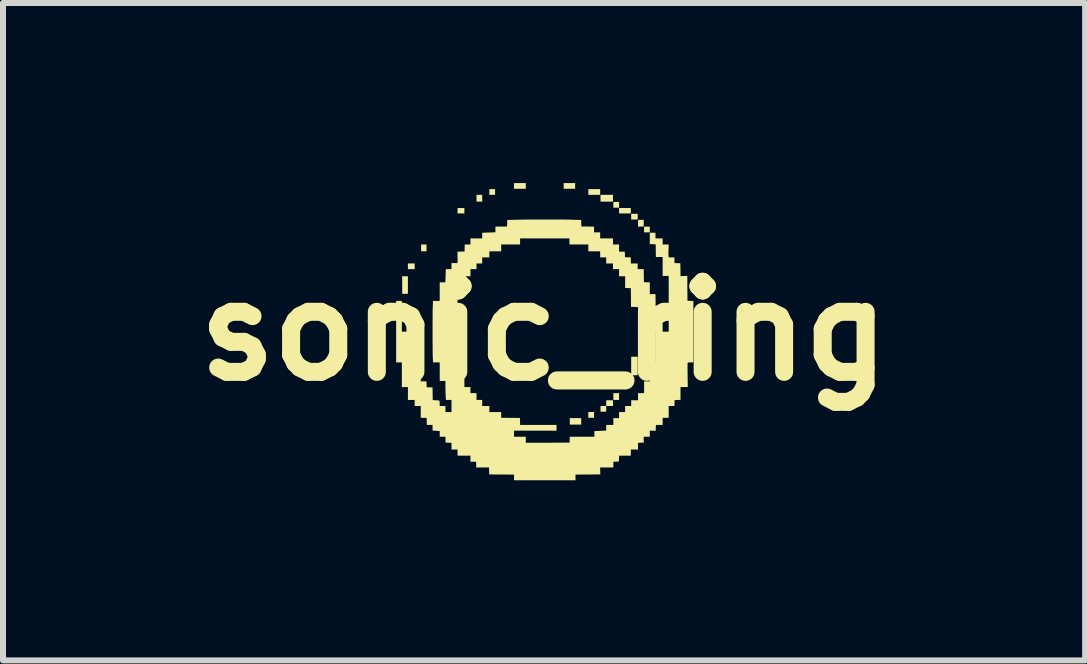
<source format=kicad_pcb>
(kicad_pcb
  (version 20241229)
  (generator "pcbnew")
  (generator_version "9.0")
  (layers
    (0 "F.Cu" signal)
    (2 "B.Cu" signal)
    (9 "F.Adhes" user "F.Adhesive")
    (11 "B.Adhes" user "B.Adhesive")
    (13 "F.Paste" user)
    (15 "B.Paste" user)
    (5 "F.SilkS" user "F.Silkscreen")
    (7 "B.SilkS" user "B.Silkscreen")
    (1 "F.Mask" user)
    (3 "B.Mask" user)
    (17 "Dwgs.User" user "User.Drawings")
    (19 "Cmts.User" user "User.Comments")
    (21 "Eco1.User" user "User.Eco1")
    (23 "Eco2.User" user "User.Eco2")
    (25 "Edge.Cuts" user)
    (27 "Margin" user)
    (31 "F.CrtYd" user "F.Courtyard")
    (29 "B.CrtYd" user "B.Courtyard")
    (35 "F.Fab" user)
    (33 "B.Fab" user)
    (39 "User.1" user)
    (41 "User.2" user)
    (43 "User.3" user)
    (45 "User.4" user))
  (footprint "sonic_ring"
    (layer "F.Cu")
    (at 6.014 2.467)
    (property "Reference" "sonic_ring" (at 0 0 0) (layer "F.SilkS") (effects (font (size 1.5 1.5) (thickness 0.3))))
    (attr board_only exclude_from_pos_files exclude_from_bom)
    (fp_poly (pts (xy -2.268 -0.768) (xy -2.268 -0.622) (xy -2.316 -0.622) (xy -2.363 -0.622) (xy -2.363 -0.768) (xy -2.363 -0.914) (xy -2.316 -0.914) (xy -2.268 -0.914)) (stroke (width 0) (type solid)) (fill yes) (layer "F.SilkS"))
    (fp_poly (pts (xy -2.155 -1.08) (xy -2.155 -1.033) (xy -2.211 -1.033) (xy -2.268 -1.033) (xy -2.268 -1.08) (xy -2.268 -1.128) (xy -2.211 -1.128) (xy -2.155 -1.128)) (stroke (width 0) (type solid)) (fill yes) (layer "F.SilkS"))
    (fp_poly (pts (xy -1.958 -1.387) (xy -1.958 -1.33) (xy -2.003 -1.33) (xy -2.048 -1.33) (xy -2.048 -1.387) (xy -2.048 -1.444) (xy -2.003 -1.444) (xy -1.958 -1.444)) (stroke (width 0) (type solid)) (fill yes) (layer "F.SilkS"))
    (fp_poly (pts (xy -1.327 -2.006) (xy -1.327 -1.961) (xy -1.384 -1.961) (xy -1.441 -1.961) (xy -1.441 -2.006) (xy -1.441 -2.051) (xy -1.384 -2.051) (xy -1.327 -2.051)) (stroke (width 0) (type solid)) (fill yes) (layer "F.SilkS"))
    (fp_poly (pts (xy -1.03 -2.214) (xy -1.03 -2.158) (xy -1.077 -2.158) (xy -1.125 -2.158) (xy -1.125 -2.214) (xy -1.125 -2.271) (xy -1.077 -2.271) (xy -1.03 -2.271)) (stroke (width 0) (type solid)) (fill yes) (layer "F.SilkS"))
    (fp_poly (pts (xy -0.816 -2.319) (xy -0.816 -2.271) (xy -0.863 -2.271) (xy -0.911 -2.271) (xy -0.911 -2.319) (xy -0.911 -2.366) (xy -0.863 -2.366) (xy -0.816 -2.366)) (stroke (width 0) (type solid)) (fill yes) (layer "F.SilkS"))
    (fp_poly (pts (xy -0.304 -2.42) (xy -0.304 -2.372) (xy -0.402 -2.372) (xy -0.5 -2.372) (xy -0.5 -2.42) (xy -0.5 -2.467) (xy -0.402 -2.467) (xy -0.304 -2.467)) (stroke (width 0) (type solid)) (fill yes) (layer "F.SilkS"))
    (fp_poly (pts (xy 0.518 -2.42) (xy 0.518 -2.372) (xy 0.423 -2.372) (xy 0.327 -2.372) (xy 0.327 -2.42) (xy 0.327 -2.467) (xy 0.423 -2.467) (xy 0.518 -2.467)) (stroke (width 0) (type solid)) (fill yes) (layer "F.SilkS"))
    (fp_poly (pts (xy 0.619 1.503) (xy 0.619 1.557) (xy 0.524 1.557) (xy 0.429 1.557) (xy 0.429 1.503) (xy 0.429 1.449) (xy 0.524 1.449) (xy 0.619 1.449)) (stroke (width 0) (type solid)) (fill yes) (layer "F.SilkS"))
    (fp_poly (pts (xy 0.833 1.396) (xy 0.833 1.444) (xy 0.786 1.444) (xy 0.738 1.444) (xy 0.738 1.396) (xy 0.738 1.348) (xy 0.786 1.348) (xy 0.833 1.348)) (stroke (width 0) (type solid)) (fill yes) (layer "F.SilkS"))
    (fp_poly (pts (xy 0.935 -2.319) (xy 0.935 -2.271) (xy 0.836 -2.271) (xy 0.738 -2.271) (xy 0.738 -2.319) (xy 0.738 -2.366) (xy 0.836 -2.366) (xy 0.935 -2.366)) (stroke (width 0) (type solid)) (fill yes) (layer "F.SilkS"))
    (fp_poly (pts (xy 1.149 -2.214) (xy 1.149 -2.158) (xy 1.045 -2.158) (xy 0.941 -2.158) (xy 0.941 -2.214) (xy 0.941 -2.271) (xy 1.045 -2.271) (xy 1.149 -2.271)) (stroke (width 0) (type solid)) (fill yes) (layer "F.SilkS"))
    (fp_poly (pts (xy 1.25 -2.104) (xy 1.25 -2.057) (xy 1.202 -2.057) (xy 1.155 -2.057) (xy 1.155 -2.104) (xy 1.155 -2.152) (xy 1.202 -2.152) (xy 1.25 -2.152)) (stroke (width 0) (type solid)) (fill yes) (layer "F.SilkS"))
    (fp_poly (pts (xy 1.25 1.089) (xy 1.25 1.146) (xy 1.202 1.146) (xy 1.155 1.146) (xy 1.155 1.089) (xy 1.155 1.033) (xy 1.202 1.033) (xy 1.25 1.033)) (stroke (width 0) (type solid)) (fill yes) (layer "F.SilkS"))
    (fp_poly (pts (xy 1.446 -2.006) (xy 1.446 -1.961) (xy 1.348 -1.961) (xy 1.25 -1.961) (xy 1.25 -2.006) (xy 1.25 -2.051) (xy 1.348 -2.051) (xy 1.446 -2.051)) (stroke (width 0) (type solid)) (fill yes) (layer "F.SilkS"))
    (fp_poly (pts (xy 1.446 0.783) (xy 1.446 0.83) (xy 1.399 0.83) (xy 1.351 0.83) (xy 1.351 0.783) (xy 1.351 0.735) (xy 1.399 0.735) (xy 1.446 0.735)) (stroke (width 0) (type solid)) (fill yes) (layer "F.SilkS"))
    (fp_poly (pts (xy 1.56 -1.908) (xy 1.56 -1.86) (xy 1.506 -1.86) (xy 1.452 -1.86) (xy 1.452 -1.908) (xy 1.452 -1.955) (xy 1.506 -1.955) (xy 1.56 -1.955)) (stroke (width 0) (type solid)) (fill yes) (layer "F.SilkS"))
    (fp_poly (pts (xy 1.56 0.58) (xy 1.56 0.735) (xy 1.506 0.735) (xy 1.452 0.735) (xy 1.452 0.58) (xy 1.452 0.426) (xy 1.506 0.426) (xy 1.56 0.426)) (stroke (width 0) (type solid)) (fill yes) (layer "F.SilkS"))
    (fp_poly (pts (xy 1.661 -1.799) (xy 1.661 -1.744) (xy 1.613 -1.742) (xy 1.566 -1.74) (xy 1.566 -1.797) (xy 1.566 -1.854) (xy 1.613 -1.854) (xy 1.661 -1.854)) (stroke (width 0) (type solid)) (fill yes) (layer "F.SilkS"))
    (fp_poly (pts (xy 1.762 -1.694) (xy 1.762 -1.646) (xy 1.714 -1.646) (xy 1.667 -1.646) (xy 1.667 -1.694) (xy 1.667 -1.741) (xy 1.714 -1.741) (xy 1.762 -1.741)) (stroke (width 0) (type solid)) (fill yes) (layer "F.SilkS"))
    (fp_poly (pts (xy 1.149 1.199) (xy 1.149 1.247) (xy 1.092 1.247) (xy 1.036 1.247) (xy 1.036 1.295) (xy 1.036 1.342) (xy 0.988 1.342) (xy 0.941 1.342) (xy 0.941 1.295) (xy 0.941 1.247) (xy 0.988 1.247) (xy 1.036 1.247) (xy 1.036 1.199) (xy 1.036 1.152) (xy 1.092 1.152) (xy 1.149 1.152)) (stroke (width 0) (type solid)) (fill yes) (layer "F.SilkS"))
    (fp_poly (pts (xy 0.118 -1.86) (xy 0.197 -1.86) (xy 0.272 -1.859) (xy 0.341 -1.859) (xy 0.402 -1.858) (xy 0.454 -1.857) (xy 0.475 -1.856) (xy 0.619 -1.852) (xy 0.62 -1.798) (xy 0.622 -1.744) (xy 0.728 -1.743) (xy 0.833 -1.741) (xy 0.833 -1.693) (xy 0.833 -1.646) (xy 0.884 -1.646) (xy 0.935 -1.646) (xy 0.935 -1.595) (xy 0.935 -1.545) (xy 1.042 -1.545) (xy 1.149 -1.545) (xy 1.149 -1.494) (xy 1.149 -1.444) (xy 1.199 -1.444) (xy 1.25 -1.444) (xy 1.25 -1.384) (xy 1.25 -1.324) (xy 1.297 -1.324) (xy 1.345 -1.324) (xy 1.347 -1.278) (xy 1.348 -1.232) (xy 1.397 -1.23) (xy 1.446 -1.229) (xy 1.446 -1.178) (xy 1.446 -1.128) (xy 1.503 -1.128) (xy 1.56 -1.128) (xy 1.56 -1.08) (xy 1.56 -1.033) (xy 1.61 -1.033) (xy 1.661 -1.033) (xy 1.662 -0.924) (xy 1.664 -0.816) (xy 1.713 -0.814) (xy 1.762 -0.812) (xy 1.762 -0.714) (xy 1.762 -0.616) (xy 1.81 -0.616) (xy 1.857 -0.616) (xy 1.859 -0.46) (xy 1.86 -0.304) (xy 1.918 -0.302) (xy 1.976 -0.3) (xy 1.976 -0.146) (xy 1.976 0.009) (xy 2.027 0.009) (xy 2.077 0.009) (xy 2.077 -0.455) (xy 2.077 -0.92) (xy 2.027 -0.92) (xy 1.976 -0.92) (xy 1.976 -1.077) (xy 1.976 -1.235) (xy 1.92 -1.235) (xy 1.863 -1.235) (xy 1.862 -1.341) (xy 1.86 -1.446) (xy 1.811 -1.448) (xy 1.762 -1.45) (xy 1.762 -1.545) (xy 1.762 -1.64) (xy 1.81 -1.64) (xy 1.857 -1.64) (xy 1.857 -1.592) (xy 1.857 -1.545) (xy 1.917 -1.545) (xy 1.976 -1.545) (xy 1.976 -1.494) (xy 1.976 -1.444) (xy 2.027 -1.444) (xy 2.078 -1.444) (xy 2.074 -1.358) (xy 2.073 -1.325) (xy 2.072 -1.295) (xy 2.073 -1.27) (xy 2.074 -1.254) (xy 2.074 -1.251) (xy 2.078 -1.229) (xy 2.125 -1.229) (xy 2.173 -1.229) (xy 2.173 -1.182) (xy 2.173 -1.134) (xy 2.222 -1.133) (xy 2.271 -1.131) (xy 2.273 -1.024) (xy 2.274 -0.916) (xy 2.331 -0.919) (xy 2.387 -0.921) (xy 2.388 -0.714) (xy 2.39 -0.506) (xy 2.439 -0.504) (xy 2.488 -0.503) (xy 2.488 0.009) (xy 2.488 0.521) (xy 2.441 0.521) (xy 2.417 0.521) (xy 2.402 0.523) (xy 2.395 0.526) (xy 2.392 0.531) (xy 2.392 0.531) (xy 2.391 0.54) (xy 2.391 0.558) (xy 2.391 0.586) (xy 2.391 0.621) (xy 2.391 0.662) (xy 2.392 0.707) (xy 2.392 0.737) (xy 2.395 0.932) (xy 2.334 0.932) (xy 2.274 0.932) (xy 2.274 1.038) (xy 2.274 1.145) (xy 2.225 1.147) (xy 2.176 1.149) (xy 2.174 1.198) (xy 2.172 1.247) (xy 2.125 1.247) (xy 2.077 1.247) (xy 2.077 1.345) (xy 2.077 1.444) (xy 2.027 1.444) (xy 1.976 1.444) (xy 1.976 1.503) (xy 1.976 1.563) (xy 1.92 1.563) (xy 1.864 1.563) (xy 1.862 1.612) (xy 1.86 1.661) (xy 1.811 1.659) (xy 1.762 1.657) (xy 1.762 1.708) (xy 1.762 1.759) (xy 1.711 1.759) (xy 1.66 1.759) (xy 1.661 1.808) (xy 1.663 1.857) (xy 1.614 1.859) (xy 1.566 1.861) (xy 1.566 1.917) (xy 1.566 1.973) (xy 1.506 1.973) (xy 1.446 1.973) (xy 1.446 2.024) (xy 1.446 2.075) (xy 1.349 2.075) (xy 1.251 2.075) (xy 1.249 2.124) (xy 1.247 2.173) (xy 1.201 2.174) (xy 1.155 2.176) (xy 1.155 2.224) (xy 1.155 2.271) (xy 1.044 2.271) (xy 0.934 2.271) (xy 0.936 2.329) (xy 0.938 2.387) (xy 0.731 2.389) (xy 0.524 2.39) (xy 0.524 2.438) (xy 0.524 2.485) (xy 0.012 2.485) (xy -0.5 2.485) (xy -0.5 2.438) (xy -0.5 2.39) (xy -0.707 2.389) (xy -0.914 2.387) (xy -0.915 2.329) (xy -0.917 2.271) (xy -1.024 2.271) (xy -1.131 2.271) (xy -1.131 2.223) (xy -1.131 2.176) (xy -1.179 2.176) (xy -1.226 2.176) (xy -1.226 2.125) (xy -1.226 2.075) (xy -1.333 2.075) (xy -1.441 2.075) (xy -1.441 2.024) (xy -1.441 1.973) (xy -1.491 1.973) (xy -1.542 1.973) (xy -1.542 1.917) (xy -1.542 1.861) (xy -1.591 1.859) (xy -1.64 1.857) (xy -1.642 1.808) (xy -1.643 1.759) (xy -1.691 1.759) (xy -1.738 1.759) (xy -1.738 1.712) (xy -1.738 1.665) (xy -1.775 1.662) (xy -1.799 1.66) (xy -1.822 1.658) (xy -1.834 1.658) (xy -1.857 1.658) (xy -1.857 1.61) (xy -1.857 1.563) (xy -1.905 1.563) (xy -1.952 1.563) (xy -1.954 1.505) (xy -1.955 1.446) (xy -2.005 1.445) (xy -2.054 1.443) (xy -2.054 1.345) (xy -2.054 1.247) (xy -2.104 1.247) (xy -2.155 1.247) (xy -2.155 1.196) (xy -2.155 1.146) (xy -2.211 1.146) (xy -2.268 1.146) (xy -2.268 1.039) (xy -2.268 0.932) (xy -2.319 0.932) (xy -2.369 0.932) (xy -2.369 0.726) (xy -2.369 0.521) (xy -2.417 0.521) (xy -2.464 0.521) (xy -2.464 0.009) (xy -2.464 -0.503) (xy -2.417 -0.503) (xy -2.369 -0.503) (xy -2.369 -0.247) (xy -2.369 0.009) (xy -2.319 0.009) (xy -2.268 0.009) (xy -2.268 0.167) (xy -2.268 0.324) (xy -2.211 0.324) (xy -2.155 0.324) (xy -2.155 0.473) (xy -2.155 0.622) (xy -2.104 0.622) (xy -2.054 0.622) (xy -2.054 0.729) (xy -2.054 0.836) (xy -2.006 0.836) (xy -1.959 0.836) (xy -1.957 0.885) (xy -1.955 0.935) (xy -1.906 0.936) (xy -1.858 0.938) (xy -1.856 1.043) (xy -1.854 1.149) (xy -1.798 1.152) (xy -1.772 1.153) (xy -1.755 1.155) (xy -1.745 1.159) (xy -1.741 1.168) (xy -1.739 1.185) (xy -1.739 1.211) (xy -1.739 1.216) (xy -1.738 1.247) (xy -1.691 1.247) (xy -1.643 1.247) (xy -1.643 1.298) (xy -1.643 1.348) (xy -1.592 1.348) (xy -1.542 1.348) (xy -1.542 1.247) (xy -1.542 1.146) (xy -1.588 1.146) (xy -1.635 1.146) (xy -1.639 1.061) (xy -1.641 1.022) (xy -1.642 0.979) (xy -1.643 0.937) (xy -1.643 0.903) (xy -1.643 0.83) (xy -1.691 0.83) (xy -1.738 0.83) (xy -1.738 0.676) (xy -1.738 0.521) (xy -1.794 0.521) (xy -1.849 0.521) (xy -1.853 0.445) (xy -1.854 0.422) (xy -1.855 0.388) (xy -1.855 0.346) (xy -1.856 0.295) (xy -1.856 0.239) (xy -1.857 0.177) (xy -1.857 0.112) (xy -1.857 0.044) (xy -1.857 -0.024) (xy -1.857 -0.091) (xy -1.857 -0.156) (xy -1.856 -0.218) (xy -1.856 -0.275) (xy -1.856 -0.326) (xy -1.855 -0.369) (xy -1.854 -0.402) (xy -1.542 -0.402) (xy -1.542 0.009) (xy -1.542 0.42) (xy -1.491 0.42) (xy -1.441 0.42) (xy -1.441 0.577) (xy -1.441 0.735) (xy -1.384 0.735) (xy -1.327 0.735) (xy -1.327 0.833) (xy -1.327 0.932) (xy -1.277 0.932) (xy -1.226 0.932) (xy -1.226 0.982) (xy -1.226 1.033) (xy -1.176 1.033) (xy -1.125 1.033) (xy -1.125 1.089) (xy -1.125 1.146) (xy -1.077 1.146) (xy -1.03 1.146) (xy -1.03 1.196) (xy -1.03 1.247) (xy -0.97 1.247) (xy -0.911 1.247) (xy -0.911 1.298) (xy -0.911 1.348) (xy -0.813 1.348) (xy -0.714 1.348) (xy -0.714 1.396) (xy -0.714 1.443) (xy -0.558 1.445) (xy -0.402 1.446) (xy -0.4 1.505) (xy -0.398 1.563) (xy -0.095 1.563) (xy 0.208 1.563) (xy 0.208 1.61) (xy 0.208 1.658) (xy -0.146 1.658) (xy -0.5 1.658) (xy -0.5 1.708) (xy -0.5 1.759) (xy -0.402 1.759) (xy -0.304 1.759) (xy -0.304 1.81) (xy -0.304 1.86) (xy 0.061 1.859) (xy 0.426 1.857) (xy 0.427 1.808) (xy 0.429 1.759) (xy 0.634 1.759) (xy 0.839 1.759) (xy 0.839 1.712) (xy 0.839 1.665) (xy 0.938 1.661) (xy 1.036 1.656) (xy 1.036 1.609) (xy 1.036 1.563) (xy 1.095 1.563) (xy 1.155 1.563) (xy 1.155 1.506) (xy 1.155 1.449) (xy 1.202 1.449) (xy 1.25 1.449) (xy 1.25 1.399) (xy 1.25 1.348) (xy 1.301 1.348) (xy 1.351 1.348) (xy 1.351 1.298) (xy 1.351 1.247) (xy 1.402 1.247) (xy 1.452 1.247) (xy 1.452 1.199) (xy 1.452 1.152) (xy 1.509 1.152) (xy 1.566 1.152) (xy 1.566 1.092) (xy 1.566 1.033) (xy 1.616 1.033) (xy 1.667 1.033) (xy 1.667 0.935) (xy 1.667 0.836) (xy 1.714 0.836) (xy 1.762 0.836) (xy 1.762 0.679) (xy 1.762 0.521) (xy 1.813 0.521) (xy 1.863 0.521) (xy 1.863 0.214) (xy 1.863 -0.092) (xy 1.813 -0.092) (xy 1.762 -0.092) (xy 1.762 0.006) (xy 1.762 0.104) (xy 1.713 0.105) (xy 1.664 0.107) (xy 1.662 0.263) (xy 1.661 0.42) (xy 1.613 0.42) (xy 1.566 0.42) (xy 1.566 0.009) (xy 1.566 -0.401) (xy 1.508 -0.403) (xy 1.449 -0.405) (xy 1.448 -0.561) (xy 1.446 -0.717) (xy 1.399 -0.717) (xy 1.373 -0.718) (xy 1.357 -0.72) (xy 1.351 -0.724) (xy 1.351 -0.725) (xy 1.351 -0.733) (xy 1.351 -0.751) (xy 1.351 -0.776) (xy 1.351 -0.807) (xy 1.351 -0.823) (xy 1.352 -0.914) (xy 1.301 -0.914) (xy 1.25 -0.914) (xy 1.25 -0.973) (xy 1.25 -1.033) (xy 1.199 -1.033) (xy 1.149 -1.033) (xy 1.149 -1.08) (xy 1.149 -1.128) (xy 1.092 -1.128) (xy 1.036 -1.128) (xy 1.036 -1.179) (xy 1.036 -1.229) (xy 0.985 -1.229) (xy 0.935 -1.229) (xy 0.935 -1.28) (xy 0.935 -1.33) (xy 0.836 -1.33) (xy 0.738 -1.33) (xy 0.738 -1.387) (xy 0.738 -1.444) (xy 0.58 -1.444) (xy 0.423 -1.444) (xy 0.423 -1.494) (xy 0.423 -1.545) (xy 0.012 -1.545) (xy -0.399 -1.545) (xy -0.399 -1.494) (xy -0.399 -1.444) (xy -0.557 -1.444) (xy -0.714 -1.444) (xy -0.714 -1.387) (xy -0.714 -1.33) (xy -0.813 -1.33) (xy -0.911 -1.33) (xy -0.911 -1.28) (xy -0.911 -1.229) (xy -0.97 -1.229) (xy -1.03 -1.229) (xy -1.03 -1.179) (xy -1.03 -1.128) (xy -1.077 -1.128) (xy -1.125 -1.128) (xy -1.125 -1.08) (xy -1.125 -1.033) (xy -1.176 -1.033) (xy -1.226 -1.033) (xy -1.226 -0.973) (xy -1.226 -0.914) (xy -1.277 -0.914) (xy -1.327 -0.914) (xy -1.327 -0.816) (xy -1.327 -0.717) (xy -1.384 -0.717) (xy -1.441 -0.717) (xy -1.441 -0.56) (xy -1.441 -0.402) (xy -1.491 -0.402) (xy -1.542 -0.402) (xy -1.854 -0.402) (xy -1.854 -0.403) (xy -1.853 -0.426) (xy -1.853 -0.427) (xy -1.849 -0.503) (xy -1.794 -0.503) (xy -1.738 -0.503) (xy -1.738 -0.658) (xy -1.738 -0.813) (xy -1.691 -0.813) (xy -1.644 -0.813) (xy -1.64 -0.923) (xy -1.636 -1.033) (xy -1.589 -1.033) (xy -1.542 -1.033) (xy -1.542 -1.083) (xy -1.542 -1.134) (xy -1.491 -1.134) (xy -1.441 -1.134) (xy -1.441 -1.229) (xy -1.441 -1.324) (xy -1.383 -1.326) (xy -1.324 -1.327) (xy -1.323 -1.385) (xy -1.321 -1.444) (xy -1.274 -1.444) (xy -1.226 -1.444) (xy -1.226 -1.494) (xy -1.226 -1.545) (xy -1.128 -1.545) (xy -1.03 -1.545) (xy -1.03 -1.592) (xy -1.03 -1.639) (xy -0.92 -1.643) (xy -0.81 -1.647) (xy -0.81 -1.694) (xy -0.81 -1.741) (xy -0.713 -1.742) (xy -0.616 -1.744) (xy -0.614 -1.798) (xy -0.613 -1.852) (xy -0.457 -1.856) (xy -0.406 -1.857) (xy -0.347 -1.858) (xy -0.279 -1.859) (xy -0.205 -1.859) (xy -0.127 -1.86) (xy -0.045 -1.86) (xy 0.037 -1.86)) (stroke (width 0) (type solid)) (fill yes) (layer "F.SilkS")))
  (gr_rect
    (start -3 -3)
    (end 15.029 7.953)
    (stroke (width 0.1) (type default))
    (fill no)
    (layer "Edge.Cuts")))
</source>
